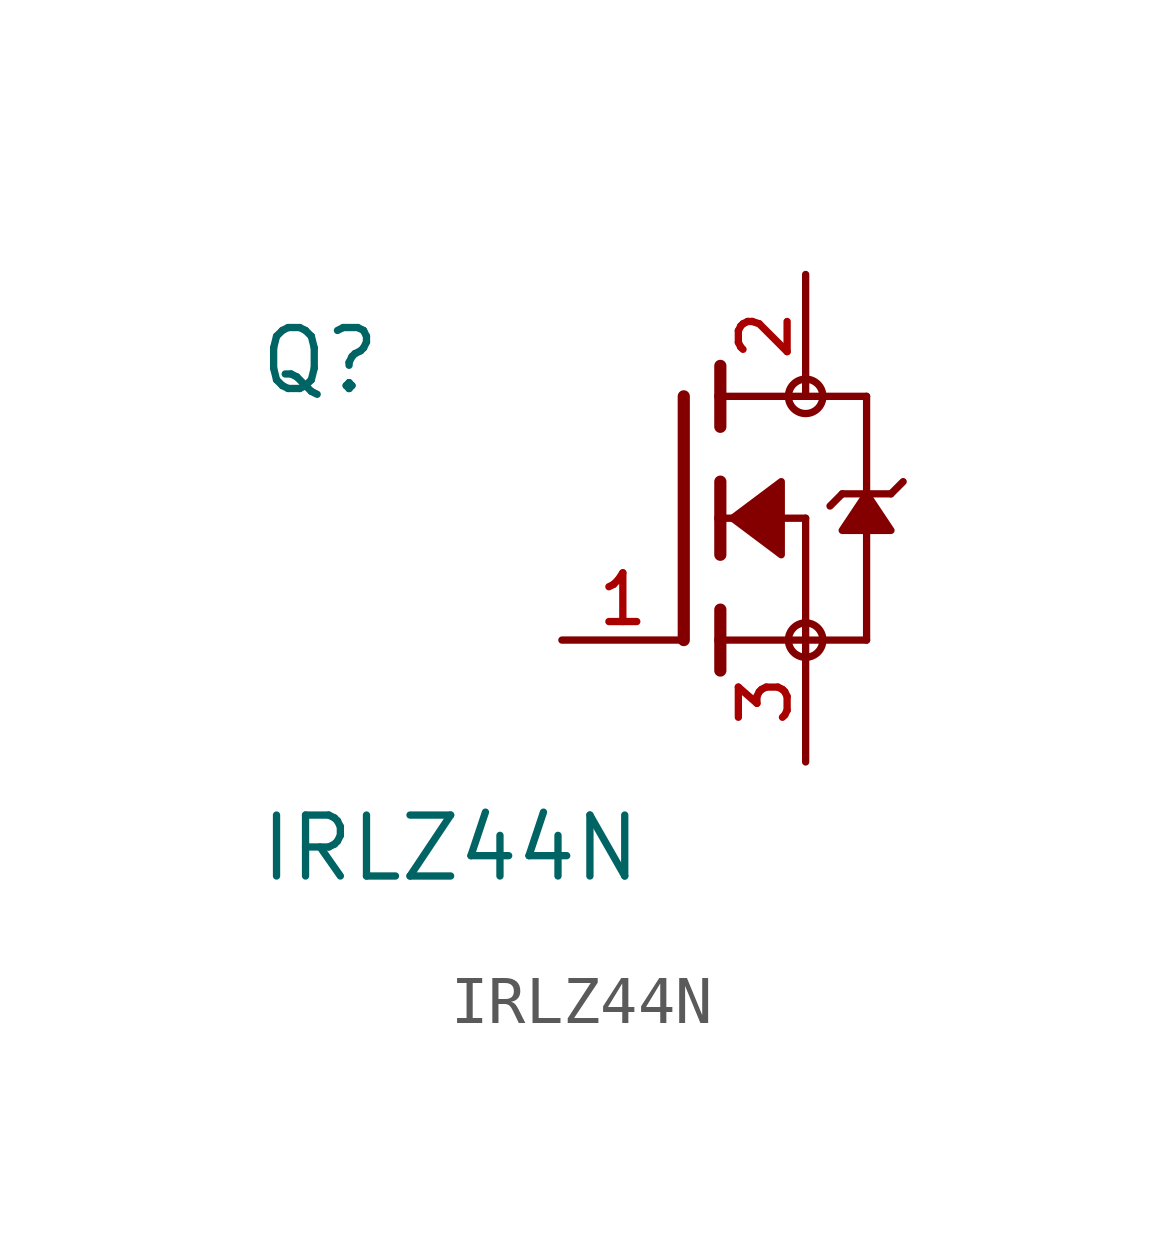
<source format=kicad_sym>
(kicad_symbol_lib
  (version 20231120)
  (generator "kicad_symbol_editor")
  (generator_version "8.0")
  (symbol "IRLZ44N"
    (pin_names
      (offset 1.016))
    (property "Reference" "Q"
      (at -8.89 2.54 0)
      (effects (font (size 1.27 1.27)) (justify left bottom)))
    (property "Value" "IRLZ44N"
      (at -8.89 -7.62 0)
      (effects (font (size 1.27 1.27)) (justify left bottom)))
    (symbol "IRLZ44N_0_0"
      (polyline (pts (xy 0 2.54) (xy 0 -2.54)) (stroke (width 0.254) (type default)) (fill (type none)))
      (polyline (pts (xy 0.762 -2.54) (xy 0.762 -3.175)) (stroke (width 0.254) (type default)) (fill (type none)))
      (polyline (pts (xy 0.762 -1.905) (xy 0.762 -2.54)) (stroke (width 0.254) (type default)) (fill (type none)))
      (polyline (pts (xy 0.762 0) (xy 0.762 -0.762)) (stroke (width 0.254) (type default)) (fill (type none)))
      (polyline (pts (xy 0.762 0) (xy 2.54 0)) (stroke (width 0.152) (type default)) (fill (type none)))
      (polyline (pts (xy 0.762 0.762) (xy 0.762 0)) (stroke (width 0.254) (type default)) (fill (type none)))
      (polyline (pts (xy 0.762 2.54) (xy 0.762 1.905)) (stroke (width 0.254) (type default)) (fill (type none)))
      (polyline (pts (xy 0.762 2.54) (xy 3.81 2.54)) (stroke (width 0.152) (type default)) (fill (type none)))
      (polyline (pts (xy 0.762 3.175) (xy 0.762 2.54)) (stroke (width 0.254) (type default)) (fill (type none)))
      (polyline (pts (xy 2.54 -2.54) (xy 0.762 -2.54)) (stroke (width 0.152) (type default)) (fill (type none)))
      (polyline (pts (xy 2.54 -2.54) (xy 3.81 -2.54)) (stroke (width 0.152) (type default)) (fill (type none)))
      (polyline (pts (xy 2.54 0) (xy 2.54 -2.54)) (stroke (width 0.152) (type default)) (fill (type none)))
      (polyline (pts (xy 3.302 0.508) (xy 3.048 0.254)) (stroke (width 0.152) (type default)) (fill (type none)))
      (polyline (pts (xy 3.81 0.508) (xy 3.302 0.508)) (stroke (width 0.152) (type default)) (fill (type none)))
      (polyline (pts (xy 3.81 0.508) (xy 3.81 -2.54)) (stroke (width 0.152) (type default)) (fill (type none)))
      (polyline (pts (xy 3.81 2.54) (xy 3.81 0.508)) (stroke (width 0.152) (type default)) (fill (type none)))
      (polyline (pts (xy 4.318 0.508) (xy 3.81 0.508)) (stroke (width 0.152) (type default)) (fill (type none)))
      (polyline (pts (xy 4.572 0.762) (xy 4.318 0.508)) (stroke (width 0.152) (type default)) (fill (type none)))
      (polyline (pts (xy 1.016 0) (xy 2.032 0.762) (xy 2.032 -0.762) (xy 1.016 0)) (stroke (width 0.152) (type default)) (fill (type outline)))
      (polyline (pts (xy 3.81 0.508) (xy 3.302 -0.254) (xy 4.318 -0.254) (xy 3.81 0.508)) (stroke (width 0.152) (type default)) (fill (type outline)))
      (circle (center 2.54 -2.54) (radius 0.359) (stroke (width 0) (type default)) (fill (type none)))
      (circle (center 2.54 2.54) (radius 0.359) (stroke (width 0) (type default)) (fill (type none)))
      (pin passive line (at -2.54 -2.54 0) (length 2.54) (name "~" (effects (font (size 1.016 1.016)))) (number "1" (effects (font (size 1.016 1.016)))))
      (pin passive line (at 2.54 5.08 270) (length 2.54) (name "~" (effects (font (size 1.016 1.016)))) (number "2" (effects (font (size 1.016 1.016)))))
      (pin passive line (at 2.54 -5.08 90) (length 2.54) (name "~" (effects (font (size 1.016 1.016)))) (number "3" (effects (font (size 1.016 1.016))))))))
</source>
